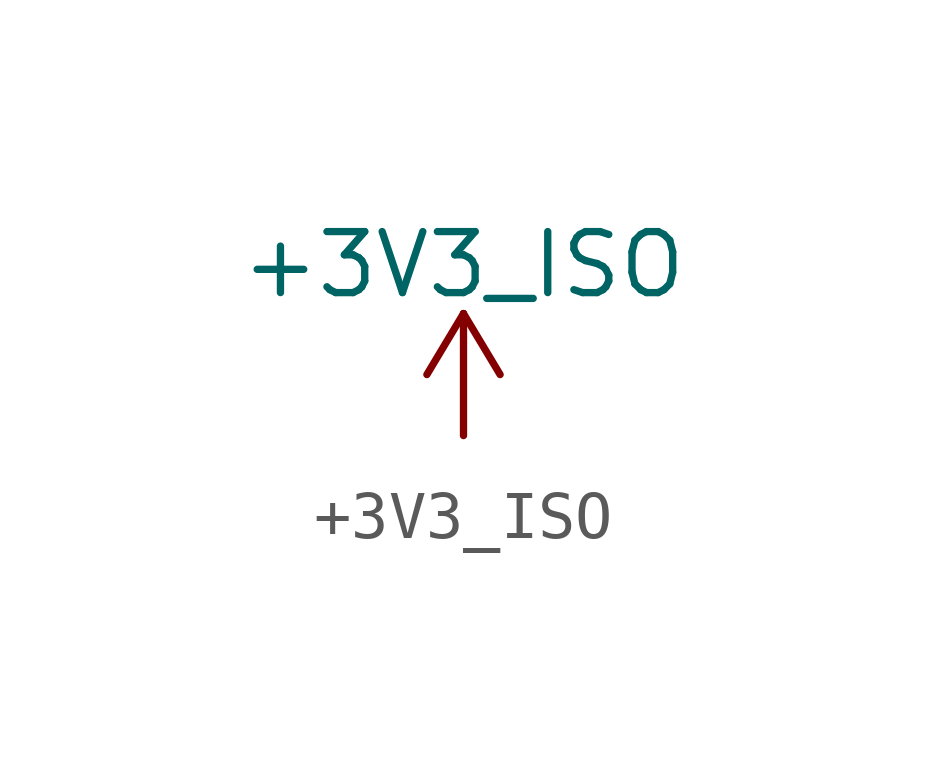
<source format=kicad_sym>
(kicad_symbol_lib
  (version 20211014)
  (generator kicad_symbol_editor)
  (symbol "+3V3_ISO"
    (power)
    (pin_names
      (offset 0))
    (property "Reference" "#PWR"
      (at 0 -3.81 0)
      (effects (font (size 1.27 1.27)) hide))
    (property "Value" "+3V3_ISO"
      (at 0 3.556 0)
      (effects (font (size 1.27 1.27))))
    (symbol "+3V3_ISO_0_1"
      (polyline (pts (xy -0.762 1.27) (xy 0 2.54)) (stroke (width 0) (type default) (color 0 0 0 0)) (fill (type none)))
      (polyline (pts (xy 0 0) (xy 0 2.54)) (stroke (width 0) (type default) (color 0 0 0 0)) (fill (type none)))
      (polyline (pts (xy 0 2.54) (xy 0.762 1.27)) (stroke (width 0) (type default) (color 0 0 0 0)) (fill (type none))))
    (symbol "+3V3_ISO_1_1"
      (pin power_in line (at 0 0 90) (length 0) hide (name "+3V3" (effects (font (size 1.27 1.27)))) (number "1" (effects (font (size 1.27 1.27))))))))
</source>
